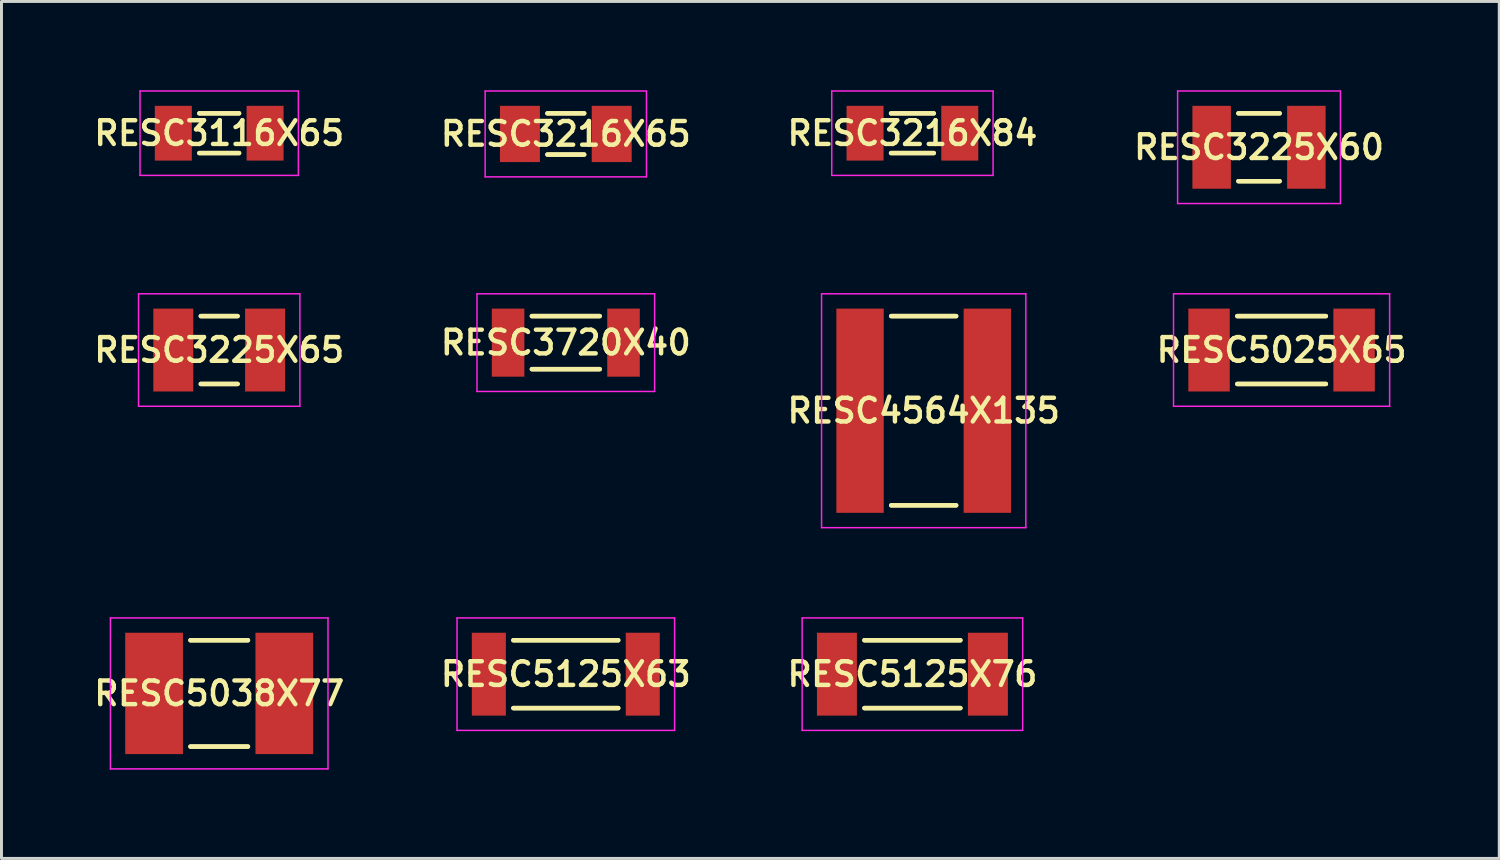
<source format=kicad_pcb>
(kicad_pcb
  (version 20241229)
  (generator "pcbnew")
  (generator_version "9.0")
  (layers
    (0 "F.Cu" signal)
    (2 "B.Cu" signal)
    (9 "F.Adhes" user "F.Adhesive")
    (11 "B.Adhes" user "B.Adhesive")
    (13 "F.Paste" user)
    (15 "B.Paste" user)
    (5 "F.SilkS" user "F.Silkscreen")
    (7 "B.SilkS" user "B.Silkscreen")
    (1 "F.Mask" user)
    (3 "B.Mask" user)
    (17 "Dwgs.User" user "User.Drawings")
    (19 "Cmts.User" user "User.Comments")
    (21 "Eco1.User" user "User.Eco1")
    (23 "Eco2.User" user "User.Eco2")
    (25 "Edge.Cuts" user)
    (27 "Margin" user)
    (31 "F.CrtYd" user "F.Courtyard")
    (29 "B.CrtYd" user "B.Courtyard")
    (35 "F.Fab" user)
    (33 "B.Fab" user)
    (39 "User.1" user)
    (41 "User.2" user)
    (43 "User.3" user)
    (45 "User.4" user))
  (footprint "RESC5025X65"
    (layer "F.Cu")
    (at 40.244 8.775)
    (property "Reference" "RESC5025X65" (at 0 0 0) (layer "F.SilkS") (effects (font (size 0.8 0.8) (thickness 0.15))))
    (attr smd)
    (fp_line (start -1.496 -1.146) (end 1.496 -1.146) (stroke (width 0.15) (type solid)) (layer "F.SilkS"))
    (fp_line (start -1.496 1.146) (end 1.496 1.146) (stroke (width 0.15) (type solid)) (layer "F.SilkS"))
    (fp_line (start 1.496 -1.146) (end -1.496 -1.146) (stroke (width 0.15) (type solid)) (layer "F.SilkS"))
    (fp_line (start 1.496 1.146) (end -1.496 1.146) (stroke (width 0.15) (type solid)) (layer "F.SilkS"))
    (fp_line (start -3.65 -1.9) (end 3.65 -1.9) (stroke (width 0.05) (type solid)) (layer "F.CrtYd"))
    (fp_line (start -3.65 1.9) (end -3.65 -1.9) (stroke (width 0.05) (type solid)) (layer "F.CrtYd"))
    (fp_line (start 3.65 -1.9) (end 3.65 1.9) (stroke (width 0.05) (type solid)) (layer "F.CrtYd"))
    (fp_line (start 3.65 1.9) (end -3.65 1.9) (stroke (width 0.05) (type solid)) (layer "F.CrtYd"))
    (pad "1" smd rect (at -2.45 0) (size 1.4 2.8) (layers "F.Cu" "F.Mask" "F.Paste"))
    (pad "2" smd rect (at 2.45 0) (size 1.4 2.8) (layers "F.Cu" "F.Mask" "F.Paste")))
  (footprint "RESC5125X76"
    (layer "F.Cu")
    (at 27.773 19.725)
    (property "Reference" "RESC5125X76" (at 0 0 0) (layer "F.SilkS") (effects (font (size 0.8 0.8) (thickness 0.15))))
    (attr smd)
    (fp_line (start -1.621 -1.146) (end 1.621 -1.146) (stroke (width 0.15) (type solid)) (layer "F.SilkS"))
    (fp_line (start -1.621 1.146) (end 1.621 1.146) (stroke (width 0.15) (type solid)) (layer "F.SilkS"))
    (fp_line (start 1.621 -1.146) (end -1.621 -1.146) (stroke (width 0.15) (type solid)) (layer "F.SilkS"))
    (fp_line (start 1.621 1.146) (end -1.621 1.146) (stroke (width 0.15) (type solid)) (layer "F.SilkS"))
    (fp_line (start -3.725 -1.9) (end 3.725 -1.9) (stroke (width 0.05) (type solid)) (layer "F.CrtYd"))
    (fp_line (start -3.725 1.9) (end -3.725 -1.9) (stroke (width 0.05) (type solid)) (layer "F.CrtYd"))
    (fp_line (start 3.725 -1.9) (end 3.725 1.9) (stroke (width 0.05) (type solid)) (layer "F.CrtYd"))
    (fp_line (start 3.725 1.9) (end -3.725 1.9) (stroke (width 0.05) (type solid)) (layer "F.CrtYd"))
    (pad "1" smd rect (at -2.55 0) (size 1.35 2.8) (layers "F.Cu" "F.Mask" "F.Paste"))
    (pad "2" smd rect (at 2.55 0) (size 1.35 2.8) (layers "F.Cu" "F.Mask" "F.Paste")))
  (footprint "RESC3216X84"
    (layer "F.Cu")
    (at 27.773 1.45)
    (property "Reference" "RESC3216X84" (at 0 0 0) (layer "F.SilkS") (effects (font (size 0.8 0.8) (thickness 0.15))))
    (attr smd)
    (fp_line (start -0.721 -0.671) (end 0.721 -0.671) (stroke (width 0.15) (type solid)) (layer "F.SilkS"))
    (fp_line (start -0.721 0.671) (end 0.721 0.671) (stroke (width 0.15) (type solid)) (layer "F.SilkS"))
    (fp_line (start 0.721 -0.671) (end -0.721 -0.671) (stroke (width 0.15) (type solid)) (layer "F.SilkS"))
    (fp_line (start 0.721 0.671) (end -0.721 0.671) (stroke (width 0.15) (type solid)) (layer "F.SilkS"))
    (fp_line (start -2.725 -1.425) (end 2.725 -1.425) (stroke (width 0.05) (type solid)) (layer "F.CrtYd"))
    (fp_line (start -2.725 1.425) (end -2.725 -1.425) (stroke (width 0.05) (type solid)) (layer "F.CrtYd"))
    (fp_line (start 2.725 -1.425) (end 2.725 1.425) (stroke (width 0.05) (type solid)) (layer "F.CrtYd"))
    (fp_line (start 2.725 1.425) (end -2.725 1.425) (stroke (width 0.05) (type solid)) (layer "F.CrtYd"))
    (pad "1" smd rect (at -1.6 0) (size 1.25 1.85) (layers "F.Cu" "F.Mask" "F.Paste"))
    (pad "2" smd rect (at 1.6 0) (size 1.25 1.85) (layers "F.Cu" "F.Mask" "F.Paste")))
  (footprint "RESC3720X40"
    (layer "F.Cu")
    (at 16.064 8.525)
    (property "Reference" "RESC3720X40" (at 0 0 0) (layer "F.SilkS") (effects (font (size 0.8 0.8) (thickness 0.15))))
    (attr smd)
    (fp_line (start -1.146 -0.896) (end 1.146 -0.896) (stroke (width 0.15) (type solid)) (layer "F.SilkS"))
    (fp_line (start -1.146 0.896) (end 1.146 0.896) (stroke (width 0.15) (type solid)) (layer "F.SilkS"))
    (fp_line (start 1.146 -0.896) (end -1.146 -0.896) (stroke (width 0.15) (type solid)) (layer "F.SilkS"))
    (fp_line (start 1.146 0.896) (end -1.146 0.896) (stroke (width 0.15) (type solid)) (layer "F.SilkS"))
    (fp_line (start -3 -1.65) (end 3 -1.65) (stroke (width 0.05) (type solid)) (layer "F.CrtYd"))
    (fp_line (start -3 1.65) (end -3 -1.65) (stroke (width 0.05) (type solid)) (layer "F.CrtYd"))
    (fp_line (start 3 -1.65) (end 3 1.65) (stroke (width 0.05) (type solid)) (layer "F.CrtYd"))
    (fp_line (start 3 1.65) (end -3 1.65) (stroke (width 0.05) (type solid)) (layer "F.CrtYd"))
    (pad "1" smd rect (at -1.95 0) (size 1.1 2.3) (layers "F.Cu" "F.Mask" "F.Paste"))
    (pad "2" smd rect (at 1.95 0) (size 1.1 2.3) (layers "F.Cu" "F.Mask" "F.Paste")))
  (footprint "RESC3216X65"
    (layer "F.Cu")
    (at 16.064 1.475)
    (property "Reference" "RESC3216X65" (at 0 0 0) (layer "F.SilkS") (effects (font (size 0.8 0.8) (thickness 0.15))))
    (attr smd)
    (fp_line (start -0.621 -0.696) (end 0.621 -0.696) (stroke (width 0.15) (type solid)) (layer "F.SilkS"))
    (fp_line (start -0.621 0.696) (end 0.621 0.696) (stroke (width 0.15) (type solid)) (layer "F.SilkS"))
    (fp_line (start 0.621 -0.696) (end -0.621 -0.696) (stroke (width 0.15) (type solid)) (layer "F.SilkS"))
    (fp_line (start 0.621 0.696) (end -0.621 0.696) (stroke (width 0.15) (type solid)) (layer "F.SilkS"))
    (fp_line (start -2.725 -1.45) (end 2.725 -1.45) (stroke (width 0.05) (type solid)) (layer "F.CrtYd"))
    (fp_line (start -2.725 1.45) (end -2.725 -1.45) (stroke (width 0.05) (type solid)) (layer "F.CrtYd"))
    (fp_line (start 2.725 -1.45) (end 2.725 1.45) (stroke (width 0.05) (type solid)) (layer "F.CrtYd"))
    (fp_line (start 2.725 1.45) (end -2.725 1.45) (stroke (width 0.05) (type solid)) (layer "F.CrtYd"))
    (pad "1" smd rect (at -1.55 0) (size 1.35 1.9) (layers "F.Cu" "F.Mask" "F.Paste"))
    (pad "2" smd rect (at 1.55 0) (size 1.35 1.9) (layers "F.Cu" "F.Mask" "F.Paste")))
  (footprint "RESC4564X135"
    (layer "F.Cu")
    (at 28.154 10.825)
    (property "Reference" "RESC4564X135" (at 0 0 0) (layer "F.SilkS") (effects (font (size 0.8 0.8) (thickness 0.15))))
    (attr smd)
    (fp_line (start -1.096 -3.196) (end 1.096 -3.196) (stroke (width 0.15) (type solid)) (layer "F.SilkS"))
    (fp_line (start -1.096 3.196) (end 1.096 3.196) (stroke (width 0.15) (type solid)) (layer "F.SilkS"))
    (fp_line (start 1.096 -3.196) (end -1.096 -3.196) (stroke (width 0.15) (type solid)) (layer "F.SilkS"))
    (fp_line (start 1.096 3.196) (end -1.096 3.196) (stroke (width 0.15) (type solid)) (layer "F.SilkS"))
    (fp_line (start -3.45 -3.95) (end 3.45 -3.95) (stroke (width 0.05) (type solid)) (layer "F.CrtYd"))
    (fp_line (start -3.45 3.95) (end -3.45 -3.95) (stroke (width 0.05) (type solid)) (layer "F.CrtYd"))
    (fp_line (start 3.45 -3.95) (end 3.45 3.95) (stroke (width 0.05) (type solid)) (layer "F.CrtYd"))
    (fp_line (start 3.45 3.95) (end -3.45 3.95) (stroke (width 0.05) (type solid)) (layer "F.CrtYd"))
    (pad "1" smd rect (at -2.15 0) (size 1.6 6.9) (layers "F.Cu" "F.Mask" "F.Paste"))
    (pad "2" smd rect (at 2.15 0) (size 1.6 6.9) (layers "F.Cu" "F.Mask" "F.Paste")))
  (footprint "RESC5038X77"
    (layer "F.Cu")
    (at 4.355 20.375)
    (property "Reference" "RESC5038X77" (at 0 0 0) (layer "F.SilkS") (effects (font (size 0.8 0.8) (thickness 0.15))))
    (attr smd)
    (fp_line (start -0.971 -1.796) (end 0.971 -1.796) (stroke (width 0.15) (type solid)) (layer "F.SilkS"))
    (fp_line (start -0.971 1.796) (end 0.971 1.796) (stroke (width 0.15) (type solid)) (layer "F.SilkS"))
    (fp_line (start 0.971 -1.796) (end -0.971 -1.796) (stroke (width 0.15) (type solid)) (layer "F.SilkS"))
    (fp_line (start 0.971 1.796) (end -0.971 1.796) (stroke (width 0.15) (type solid)) (layer "F.SilkS"))
    (fp_line (start -3.675 -2.55) (end 3.675 -2.55) (stroke (width 0.05) (type solid)) (layer "F.CrtYd"))
    (fp_line (start -3.675 2.55) (end -3.675 -2.55) (stroke (width 0.05) (type solid)) (layer "F.CrtYd"))
    (fp_line (start 3.675 -2.55) (end 3.675 2.55) (stroke (width 0.05) (type solid)) (layer "F.CrtYd"))
    (fp_line (start 3.675 2.55) (end -3.675 2.55) (stroke (width 0.05) (type solid)) (layer "F.CrtYd"))
    (pad "1" smd rect (at -2.2 0) (size 1.95 4.1) (layers "F.Cu" "F.Mask" "F.Paste"))
    (pad "2" smd rect (at 2.2 0) (size 1.95 4.1) (layers "F.Cu" "F.Mask" "F.Paste")))
  (footprint "RESC3225X60"
    (layer "F.Cu")
    (at 39.482 1.925)
    (property "Reference" "RESC3225X60" (at 0 0 0) (layer "F.SilkS") (effects (font (size 0.8 0.8) (thickness 0.15))))
    (attr smd)
    (fp_line (start -0.696 -1.146) (end 0.696 -1.146) (stroke (width 0.15) (type solid)) (layer "F.SilkS"))
    (fp_line (start -0.696 1.146) (end 0.696 1.146) (stroke (width 0.15) (type solid)) (layer "F.SilkS"))
    (fp_line (start 0.696 -1.146) (end -0.696 -1.146) (stroke (width 0.15) (type solid)) (layer "F.SilkS"))
    (fp_line (start 0.696 1.146) (end -0.696 1.146) (stroke (width 0.15) (type solid)) (layer "F.SilkS"))
    (fp_line (start -2.75 -1.9) (end 2.75 -1.9) (stroke (width 0.05) (type solid)) (layer "F.CrtYd"))
    (fp_line (start -2.75 1.9) (end -2.75 -1.9) (stroke (width 0.05) (type solid)) (layer "F.CrtYd"))
    (fp_line (start 2.75 -1.9) (end 2.75 1.9) (stroke (width 0.05) (type solid)) (layer "F.CrtYd"))
    (fp_line (start 2.75 1.9) (end -2.75 1.9) (stroke (width 0.05) (type solid)) (layer "F.CrtYd"))
    (pad "1" smd rect (at -1.6 0) (size 1.3 2.8) (layers "F.Cu" "F.Mask" "F.Paste"))
    (pad "2" smd rect (at 1.6 0) (size 1.3 2.8) (layers "F.Cu" "F.Mask" "F.Paste")))
  (footprint "RESC5125X63"
    (layer "F.Cu")
    (at 16.064 19.725)
    (property "Reference" "RESC5125X63" (at 0 0 0) (layer "F.SilkS") (effects (font (size 0.8 0.8) (thickness 0.15))))
    (attr smd)
    (fp_line (start -1.771 -1.146) (end 1.771 -1.146) (stroke (width 0.15) (type solid)) (layer "F.SilkS"))
    (fp_line (start -1.771 1.146) (end 1.771 1.146) (stroke (width 0.15) (type solid)) (layer "F.SilkS"))
    (fp_line (start 1.771 -1.146) (end -1.771 -1.146) (stroke (width 0.15) (type solid)) (layer "F.SilkS"))
    (fp_line (start 1.771 1.146) (end -1.771 1.146) (stroke (width 0.15) (type solid)) (layer "F.SilkS"))
    (fp_line (start -3.675 -1.9) (end 3.675 -1.9) (stroke (width 0.05) (type solid)) (layer "F.CrtYd"))
    (fp_line (start -3.675 1.9) (end -3.675 -1.9) (stroke (width 0.05) (type solid)) (layer "F.CrtYd"))
    (fp_line (start 3.675 -1.9) (end 3.675 1.9) (stroke (width 0.05) (type solid)) (layer "F.CrtYd"))
    (fp_line (start 3.675 1.9) (end -3.675 1.9) (stroke (width 0.05) (type solid)) (layer "F.CrtYd"))
    (pad "1" smd rect (at -2.6 0) (size 1.15 2.8) (layers "F.Cu" "F.Mask" "F.Paste"))
    (pad "2" smd rect (at 2.6 0) (size 1.15 2.8) (layers "F.Cu" "F.Mask" "F.Paste")))
  (footprint "RESC3116X65"
    (layer "F.Cu")
    (at 4.355 1.45)
    (property "Reference" "RESC3116X65" (at 0 0 0) (layer "F.SilkS") (effects (font (size 0.8 0.8) (thickness 0.15))))
    (attr smd)
    (fp_line (start -0.671 -0.671) (end 0.671 -0.671) (stroke (width 0.15) (type solid)) (layer "F.SilkS"))
    (fp_line (start -0.671 0.671) (end 0.671 0.671) (stroke (width 0.15) (type solid)) (layer "F.SilkS"))
    (fp_line (start 0.671 -0.671) (end -0.671 -0.671) (stroke (width 0.15) (type solid)) (layer "F.SilkS"))
    (fp_line (start 0.671 0.671) (end -0.671 0.671) (stroke (width 0.15) (type solid)) (layer "F.SilkS"))
    (fp_line (start -2.675 -1.425) (end 2.675 -1.425) (stroke (width 0.05) (type solid)) (layer "F.CrtYd"))
    (fp_line (start -2.675 1.425) (end -2.675 -1.425) (stroke (width 0.05) (type solid)) (layer "F.CrtYd"))
    (fp_line (start 2.675 -1.425) (end 2.675 1.425) (stroke (width 0.05) (type solid)) (layer "F.CrtYd"))
    (fp_line (start 2.675 1.425) (end -2.675 1.425) (stroke (width 0.05) (type solid)) (layer "F.CrtYd"))
    (pad "1" smd rect (at -1.55 0) (size 1.25 1.85) (layers "F.Cu" "F.Mask" "F.Paste"))
    (pad "2" smd rect (at 1.55 0) (size 1.25 1.85) (layers "F.Cu" "F.Mask" "F.Paste")))
  (footprint "RESC3225X65"
    (layer "F.Cu")
    (at 4.355 8.775)
    (property "Reference" "RESC3225X65" (at 0 0 0) (layer "F.SilkS") (effects (font (size 0.8 0.8) (thickness 0.15))))
    (attr smd)
    (fp_line (start -0.621 -1.146) (end 0.621 -1.146) (stroke (width 0.15) (type solid)) (layer "F.SilkS"))
    (fp_line (start -0.621 1.146) (end 0.621 1.146) (stroke (width 0.15) (type solid)) (layer "F.SilkS"))
    (fp_line (start 0.621 -1.146) (end -0.621 -1.146) (stroke (width 0.15) (type solid)) (layer "F.SilkS"))
    (fp_line (start 0.621 1.146) (end -0.621 1.146) (stroke (width 0.15) (type solid)) (layer "F.SilkS"))
    (fp_line (start -2.725 -1.9) (end 2.725 -1.9) (stroke (width 0.05) (type solid)) (layer "F.CrtYd"))
    (fp_line (start -2.725 1.9) (end -2.725 -1.9) (stroke (width 0.05) (type solid)) (layer "F.CrtYd"))
    (fp_line (start 2.725 -1.9) (end 2.725 1.9) (stroke (width 0.05) (type solid)) (layer "F.CrtYd"))
    (fp_line (start 2.725 1.9) (end -2.725 1.9) (stroke (width 0.05) (type solid)) (layer "F.CrtYd"))
    (pad "1" smd rect (at -1.55 0) (size 1.35 2.8) (layers "F.Cu" "F.Mask" "F.Paste"))
    (pad "2" smd rect (at 1.55 0) (size 1.35 2.8) (layers "F.Cu" "F.Mask" "F.Paste")))
  (gr_rect
    (start -3 -3)
    (end 47.598 25.95)
    (stroke (width 0.1) (type default))
    (fill no)
    (layer "Edge.Cuts")))
</source>
